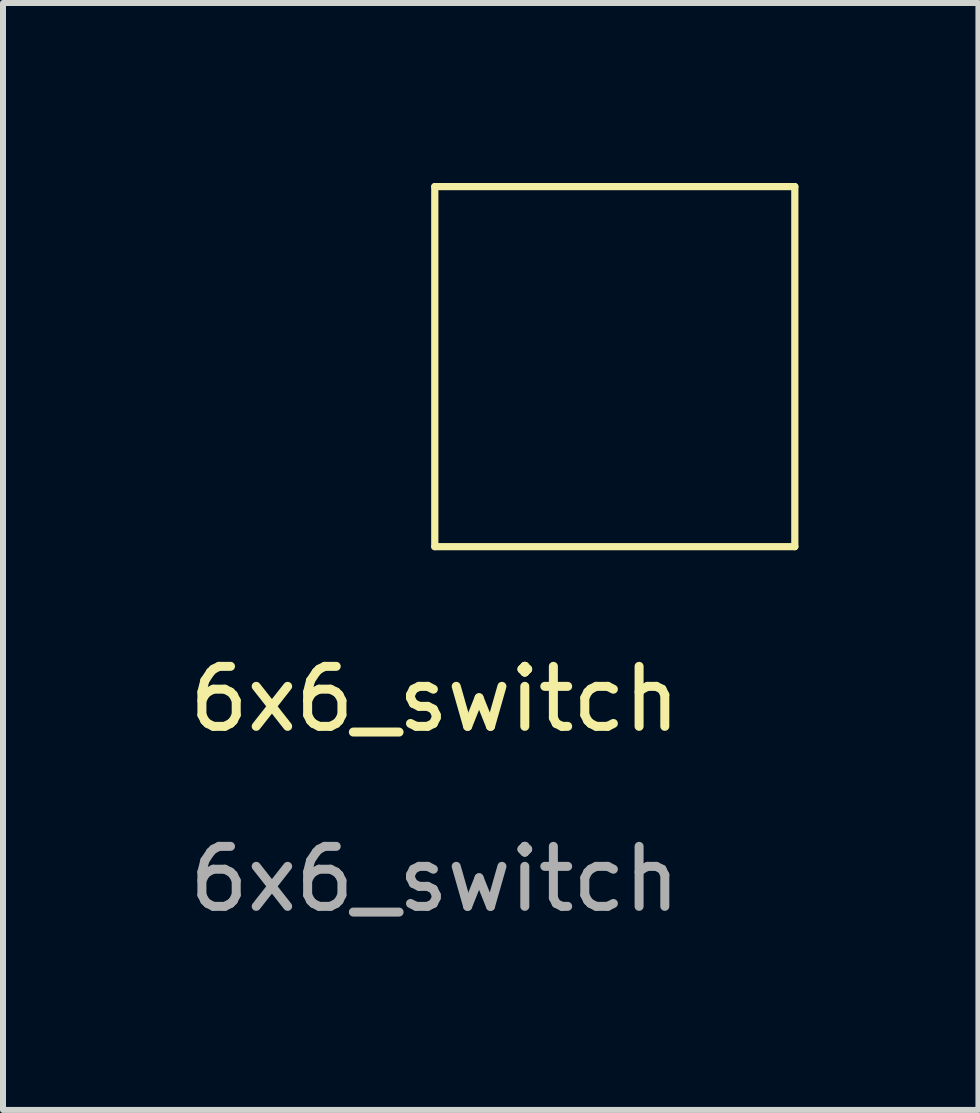
<source format=kicad_pcb>
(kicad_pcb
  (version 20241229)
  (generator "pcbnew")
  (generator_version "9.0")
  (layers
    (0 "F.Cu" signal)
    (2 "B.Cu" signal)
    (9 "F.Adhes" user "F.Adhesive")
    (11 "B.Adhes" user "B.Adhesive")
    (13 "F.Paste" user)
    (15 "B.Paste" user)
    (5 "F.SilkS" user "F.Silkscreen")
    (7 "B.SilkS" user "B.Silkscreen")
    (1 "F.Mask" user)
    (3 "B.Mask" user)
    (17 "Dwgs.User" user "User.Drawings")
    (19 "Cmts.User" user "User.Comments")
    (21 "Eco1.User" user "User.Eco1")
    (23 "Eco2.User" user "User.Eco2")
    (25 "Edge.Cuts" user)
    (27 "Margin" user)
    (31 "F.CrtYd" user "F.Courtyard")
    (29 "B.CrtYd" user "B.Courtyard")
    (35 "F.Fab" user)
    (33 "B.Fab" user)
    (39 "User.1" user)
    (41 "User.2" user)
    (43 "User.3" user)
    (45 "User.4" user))
  (footprint "6x6_switch"
    (layer "F.Cu")
    (at 4.196 6.06)
    (property "Reference" "6x6_switch" (at 0 2.54 0) (unlocked yes) (layer "F.SilkS") (effects (font (size 1 1) (thickness 0.15))))
    (attr smd)
    (fp_line (start 0 -6) (end 6 -6) (stroke (width 0.12) (type solid)) (layer "F.SilkS"))
    (fp_line (start 0 0) (end 0 -6) (stroke (width 0.12) (type solid)) (layer "F.SilkS"))
    (fp_line (start 0 0) (end 6 0) (stroke (width 0.12) (type solid)) (layer "F.SilkS"))
    (fp_line (start 6 0) (end 6 -6) (stroke (width 0.12) (type solid)) (layer "F.SilkS"))
    (fp_text user "${REFERENCE}" (at 0 5.54 0) (unlocked yes) (layer "F.Fab") (effects (font (size 1 1) (thickness 0.15)))))
  (gr_rect
    (start -3 -3)
    (end 13.256 15.448)
    (stroke (width 0.1) (type default))
    (fill no)
    (layer "Edge.Cuts")))
</source>
